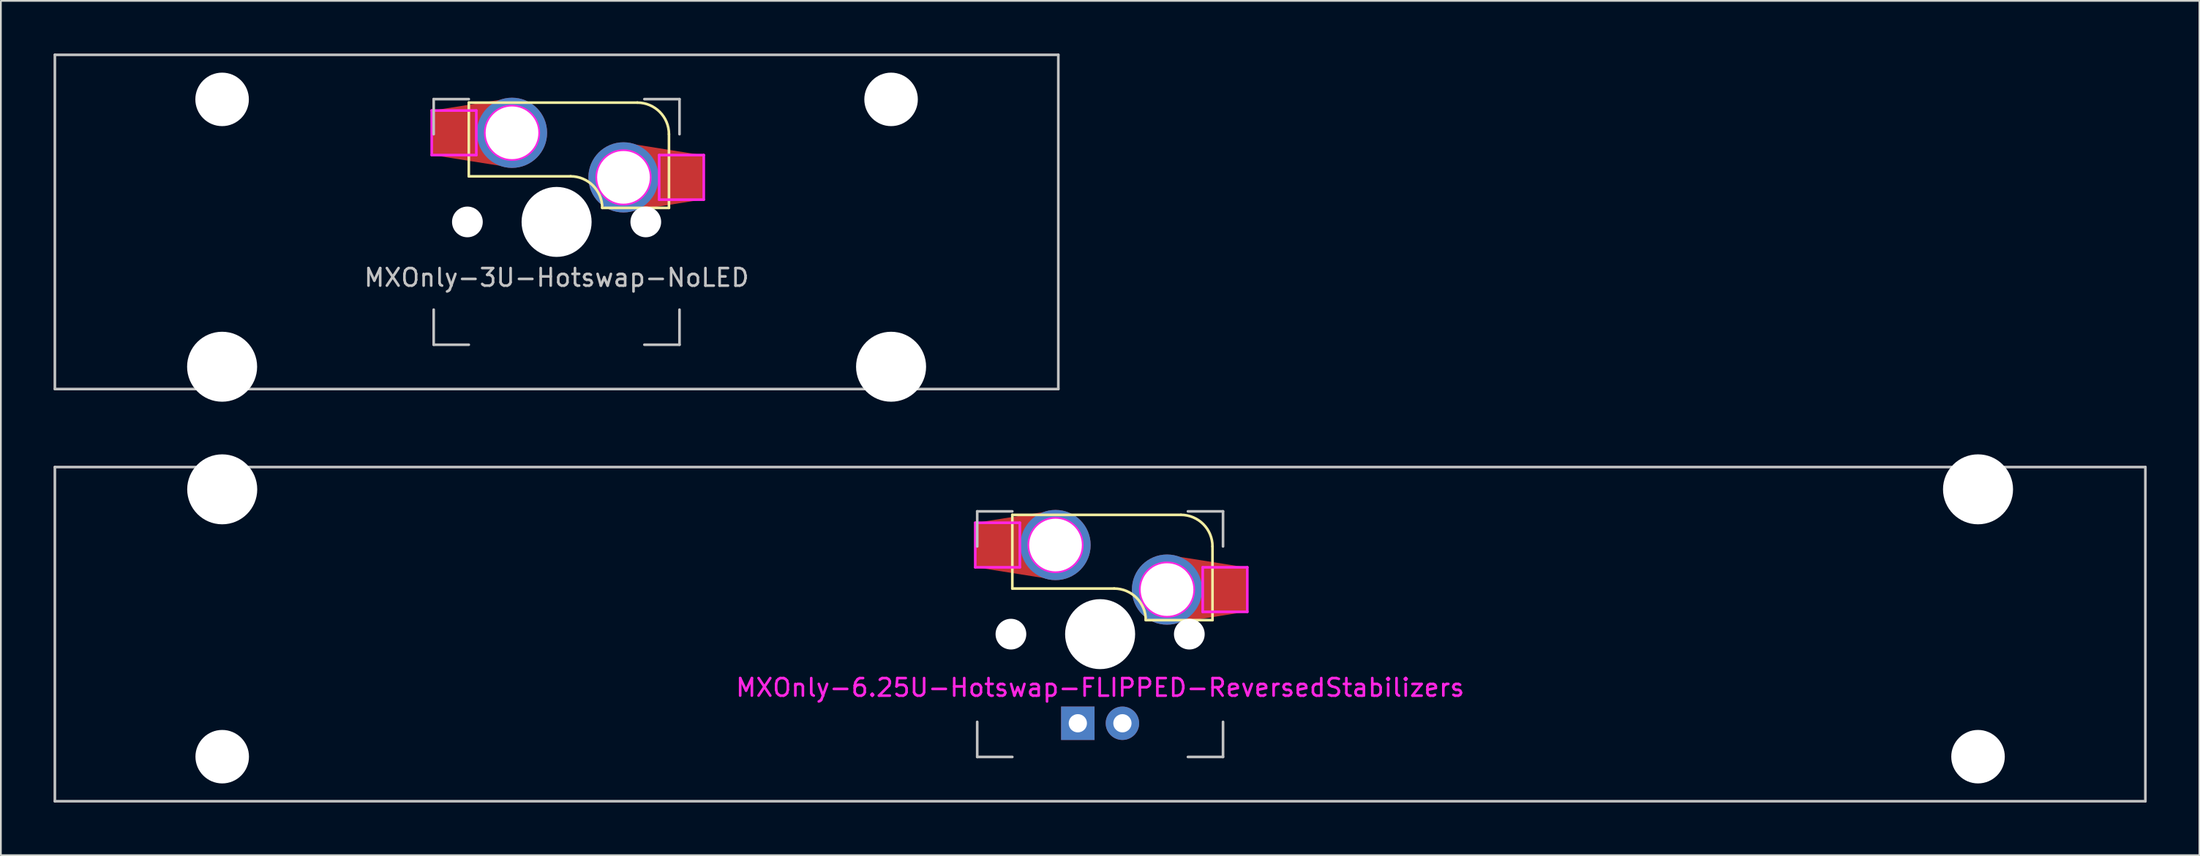
<source format=kicad_pcb>
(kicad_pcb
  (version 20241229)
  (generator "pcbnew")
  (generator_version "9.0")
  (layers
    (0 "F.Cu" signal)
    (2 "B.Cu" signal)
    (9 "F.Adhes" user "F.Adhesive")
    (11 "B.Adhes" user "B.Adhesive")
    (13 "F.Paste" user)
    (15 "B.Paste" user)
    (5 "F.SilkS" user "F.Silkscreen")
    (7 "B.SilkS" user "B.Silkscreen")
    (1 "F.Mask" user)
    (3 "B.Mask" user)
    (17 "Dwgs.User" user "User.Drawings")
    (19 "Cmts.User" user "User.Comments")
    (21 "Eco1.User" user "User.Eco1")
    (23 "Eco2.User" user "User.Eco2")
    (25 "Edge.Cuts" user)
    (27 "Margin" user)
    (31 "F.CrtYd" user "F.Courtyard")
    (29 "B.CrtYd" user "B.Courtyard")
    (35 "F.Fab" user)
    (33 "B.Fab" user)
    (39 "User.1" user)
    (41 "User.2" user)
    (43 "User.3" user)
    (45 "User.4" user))
  (footprint "MXOnly-3U-Hotswap-NoLED"
    (layer "F.Cu")
    (at 28.65 9.6)
    (property "Reference" "MXOnly-3U-Hotswap-NoLED" (at 0 3.175 180) (layer "Dwgs.User") (effects (font (size 1 1) (thickness 0.15))))
    (attr through_hole)
    (fp_line (start -5 -6.8) (end 4.6 -6.8) (stroke (width 0.15) (type solid)) (layer "F.SilkS"))
    (fp_line (start -5 -2.6) (end -5 -6.8) (stroke (width 0.15) (type solid)) (layer "F.SilkS"))
    (fp_line (start 0.8 -2.6) (end -5 -2.6) (stroke (width 0.15) (type solid)) (layer "F.SilkS"))
    (fp_line (start 6.4 -5) (end 6.4 -0.8) (stroke (width 0.15) (type solid)) (layer "F.SilkS"))
    (fp_line (start 6.4 -0.8) (end 2.6 -0.8) (stroke (width 0.15) (type solid)) (layer "F.SilkS"))
    (fp_arc (start 0.8 -2.6) (mid 2.072792 -2.072792) (end 2.6 -0.8) (stroke (width 0.15) (type solid)) (layer "F.SilkS"))
    (fp_arc (start 4.6 -6.8) (mid 5.872792 -6.272792) (end 6.4 -5) (stroke (width 0.15) (type solid)) (layer "F.SilkS"))
    (fp_poly (pts (xy -5.08 -3.493) (xy -7.112 -3.81) (xy -7.112 -6.35) (xy -5.08 -6.668)) (stroke (width 0.1) (type solid)) (fill yes) (layer "F.Paste"))
    (fp_poly (pts (xy 6.477 -4.064) (xy 8.509 -3.747) (xy 8.509 -1.206) (xy 6.477 -0.889)) (stroke (width 0.1) (type solid)) (fill yes) (layer "F.Paste"))
    (fp_line (start -28.575 -9.525) (end 28.575 -9.525) (stroke (width 0.15) (type solid)) (layer "Dwgs.User"))
    (fp_line (start -28.575 9.525) (end -28.575 -9.525) (stroke (width 0.15) (type solid)) (layer "Dwgs.User"))
    (fp_line (start -28.575 9.525) (end 28.575 9.525) (stroke (width 0.15) (type solid)) (layer "Dwgs.User"))
    (fp_line (start -7 -7) (end -7 -5) (stroke (width 0.15) (type solid)) (layer "Dwgs.User"))
    (fp_line (start -7 7) (end -7 5) (stroke (width 0.15) (type solid)) (layer "Dwgs.User"))
    (fp_line (start -5 -7) (end -7 -7) (stroke (width 0.15) (type solid)) (layer "Dwgs.User"))
    (fp_line (start -5 7) (end -7 7) (stroke (width 0.15) (type solid)) (layer "Dwgs.User"))
    (fp_line (start 5 -7) (end 7 -7) (stroke (width 0.15) (type solid)) (layer "Dwgs.User"))
    (fp_line (start 7 -7) (end 7 -5) (stroke (width 0.15) (type solid)) (layer "Dwgs.User"))
    (fp_line (start 7 5) (end 7 7) (stroke (width 0.15) (type solid)) (layer "Dwgs.User"))
    (fp_line (start 7 7) (end 5 7) (stroke (width 0.15) (type solid)) (layer "Dwgs.User"))
    (fp_line (start 28.575 -9.525) (end 28.575 9.525) (stroke (width 0.15) (type solid)) (layer "Dwgs.User"))
    (fp_line (start -7.112 -6.35) (end -7.112 -3.81) (stroke (width 0.15) (type solid)) (layer "F.CrtYd"))
    (fp_line (start -7.112 -3.81) (end -4.572 -3.81) (stroke (width 0.15) (type solid)) (layer "F.CrtYd"))
    (fp_line (start -4.572 -6.35) (end -7.112 -6.35) (stroke (width 0.15) (type solid)) (layer "F.CrtYd"))
    (fp_line (start -4.572 -3.81) (end -4.572 -6.35) (stroke (width 0.15) (type solid)) (layer "F.CrtYd"))
    (fp_line (start 5.842 -3.81) (end 5.842 -1.27) (stroke (width 0.15) (type solid)) (layer "F.CrtYd"))
    (fp_line (start 5.842 -1.27) (end 8.382 -1.27) (stroke (width 0.15) (type solid)) (layer "F.CrtYd"))
    (fp_line (start 8.382 -3.81) (end 5.842 -3.81) (stroke (width 0.15) (type solid)) (layer "F.CrtYd"))
    (fp_line (start 8.382 -1.27) (end 8.382 -3.81) (stroke (width 0.15) (type solid)) (layer "F.CrtYd"))
    (fp_circle (center -2.54 -5.08) (end -2.54 -6.604) (stroke (width 0.15) (type solid)) (fill no) (layer "F.CrtYd"))
    (fp_circle (center 3.81 -2.54) (end 3.81 -4.064) (stroke (width 0.15) (type solid)) (fill no) (layer "F.CrtYd"))
    (pad "" np_thru_hole circle (at -19.05 -6.985) (size 3.048 3.048) (drill 3.048) (layers "*.Cu" "*.Mask"))
    (pad "" np_thru_hole circle (at -19.05 8.255) (size 3.988 3.988) (drill 3.988) (layers "*.Cu" "*.Mask"))
    (pad "" np_thru_hole circle (at -5.08 0 131.9) (size 1.75 1.75) (drill 1.75) (layers "*.Cu" "*.Mask"))
    (pad "" np_thru_hole circle (at 0 0 180) (size 3.988 3.988) (drill 3.988) (layers "*.Cu" "*.Mask"))
    (pad "" np_thru_hole circle (at 5.08 0 131.9) (size 1.75 1.75) (drill 1.75) (layers "*.Cu" "*.Mask"))
    (pad "" np_thru_hole circle (at 19.05 -6.985) (size 3.048 3.048) (drill 3.048) (layers "*.Cu" "*.Mask"))
    (pad "" np_thru_hole circle (at 19.05 8.255) (size 3.988 3.988) (drill 3.988) (layers "*.Cu" "*.Mask"))
    (pad "1" thru_hole circle (at 3.81 -2.54 180) (size 4 4) (drill 3) (layers "*.Cu" "F.Mask"))
    (pad "1" smd custom (at 7.085 -2.54 180) (size 2.55 2.5) (layers "F.Cu" "F.Mask") (options (anchor rect)) (primitives (gr_poly (pts (xy -1.195 1.219) (xy 3.275 1.93) (xy 3.275 -1.93) (xy -1.195 -1.219)) (width 0.1) (fill yes))))
    (pad "2" smd custom (at -5.841 -5.08 180) (size 2.55 2.5) (layers "F.Cu" "F.Mask") (options (anchor rect)) (primitives (gr_poly (pts (xy 1.219 -1.219) (xy -3.251 -1.93) (xy -3.251 1.93) (xy 1.219 1.219)) (width 0.1) (fill yes))))
    (pad "2" thru_hole circle (at -2.54 -5.08 180) (size 4 4) (drill 3) (layers "*.Cu" "F.Mask")))
  (footprint "MXOnly-6.25U-Hotswap-FLIPPED-ReversedStabilizers"
    (layer "F.Cu")
    (at 59.606 33.098)
    (property "Reference" "MXOnly-6.25U-Hotswap-FLIPPED-ReversedStabilizers" (at 0 3.048 180) (layer "F.CrtYd") (effects (font (size 1 1) (thickness 0.15))))
    (attr smd)
    (fp_line (start -5 -6.8) (end 4.6 -6.8) (stroke (width 0.15) (type solid)) (layer "F.SilkS"))
    (fp_line (start -5 -2.6) (end -5 -6.8) (stroke (width 0.15) (type solid)) (layer "F.SilkS"))
    (fp_line (start 0.8 -2.6) (end -5 -2.6) (stroke (width 0.15) (type solid)) (layer "F.SilkS"))
    (fp_line (start 6.4 -5) (end 6.4 -0.8) (stroke (width 0.15) (type solid)) (layer "F.SilkS"))
    (fp_line (start 6.4 -0.8) (end 2.6 -0.8) (stroke (width 0.15) (type solid)) (layer "F.SilkS"))
    (fp_arc (start 0.8 -2.6) (mid 2.072792 -2.072792) (end 2.6 -0.8) (stroke (width 0.15) (type solid)) (layer "F.SilkS"))
    (fp_arc (start 4.6 -6.8) (mid 5.872792 -6.272792) (end 6.4 -5) (stroke (width 0.15) (type solid)) (layer "F.SilkS"))
    (fp_poly (pts (xy -5.08 -3.493) (xy -7.112 -3.81) (xy -7.112 -6.35) (xy -5.08 -6.668)) (stroke (width 0.1) (type solid)) (fill yes) (layer "F.Paste"))
    (fp_poly (pts (xy 6.477 -4.064) (xy 8.509 -3.747) (xy 8.509 -1.206) (xy 6.477 -0.889)) (stroke (width 0.1) (type solid)) (fill yes) (layer "F.Paste"))
    (fp_line (start -59.531 -9.525) (end 59.531 -9.525) (stroke (width 0.15) (type solid)) (layer "Dwgs.User"))
    (fp_line (start -59.531 9.525) (end -59.531 -9.525) (stroke (width 0.15) (type solid)) (layer "Dwgs.User"))
    (fp_line (start -7 -7) (end -7 -5) (stroke (width 0.15) (type solid)) (layer "Dwgs.User"))
    (fp_line (start -7 7) (end -7 5) (stroke (width 0.15) (type solid)) (layer "Dwgs.User"))
    (fp_line (start -5 -7) (end -7 -7) (stroke (width 0.15) (type solid)) (layer "Dwgs.User"))
    (fp_line (start -5 7) (end -7 7) (stroke (width 0.15) (type solid)) (layer "Dwgs.User"))
    (fp_line (start 5 -7) (end 7 -7) (stroke (width 0.15) (type solid)) (layer "Dwgs.User"))
    (fp_line (start 7 -7) (end 7 -5) (stroke (width 0.15) (type solid)) (layer "Dwgs.User"))
    (fp_line (start 7 5) (end 7 7) (stroke (width 0.15) (type solid)) (layer "Dwgs.User"))
    (fp_line (start 7 7) (end 5 7) (stroke (width 0.15) (type solid)) (layer "Dwgs.User"))
    (fp_line (start 59.531 -9.525) (end 59.531 9.525) (stroke (width 0.15) (type solid)) (layer "Dwgs.User"))
    (fp_line (start 59.531 9.525) (end -59.531 9.525) (stroke (width 0.15) (type solid)) (layer "Dwgs.User"))
    (fp_line (start -7.112 -6.35) (end -7.112 -3.81) (stroke (width 0.15) (type solid)) (layer "F.CrtYd"))
    (fp_line (start -7.112 -3.81) (end -4.572 -3.81) (stroke (width 0.15) (type solid)) (layer "F.CrtYd"))
    (fp_line (start -4.572 -6.35) (end -7.112 -6.35) (stroke (width 0.15) (type solid)) (layer "F.CrtYd"))
    (fp_line (start -4.572 -3.81) (end -4.572 -6.35) (stroke (width 0.15) (type solid)) (layer "F.CrtYd"))
    (fp_line (start 5.842 -3.81) (end 5.842 -1.27) (stroke (width 0.15) (type solid)) (layer "F.CrtYd"))
    (fp_line (start 5.842 -1.27) (end 8.382 -1.27) (stroke (width 0.15) (type solid)) (layer "F.CrtYd"))
    (fp_line (start 8.382 -3.81) (end 5.842 -3.81) (stroke (width 0.15) (type solid)) (layer "F.CrtYd"))
    (fp_line (start 8.382 -1.27) (end 8.382 -3.81) (stroke (width 0.15) (type solid)) (layer "F.CrtYd"))
    (fp_circle (center -2.54 -5.08) (end -2.54 -6.604) (stroke (width 0.15) (type solid)) (fill no) (layer "F.CrtYd"))
    (fp_circle (center 3.81 -2.54) (end 3.81 -4.064) (stroke (width 0.15) (type solid)) (fill no) (layer "F.CrtYd"))
    (pad "" np_thru_hole circle (at -50 -8.255) (size 3.988 3.988) (drill 3.988) (layers "*.Cu" "*.Mask"))
    (pad "" np_thru_hole circle (at -50 6.985) (size 3.048 3.048) (drill 3.048) (layers "*.Cu" "*.Mask"))
    (pad "" np_thru_hole circle (at -5.08 0 131.9) (size 1.75 1.75) (drill 1.75) (layers "*.Cu" "*.Mask"))
    (pad "" np_thru_hole circle (at 0 0 180) (size 3.988 3.988) (drill 3.988) (layers "*.Cu" "*.Mask"))
    (pad "" np_thru_hole circle (at 5.08 0 131.9) (size 1.75 1.75) (drill 1.75) (layers "*.Cu" "*.Mask"))
    (pad "" np_thru_hole circle (at 50 -8.255) (size 3.988 3.988) (drill 3.988) (layers "*.Cu" "*.Mask"))
    (pad "" np_thru_hole circle (at 50 6.985) (size 3.048 3.048) (drill 3.048) (layers "*.Cu" "*.Mask"))
    (pad "1" thru_hole circle (at 3.81 -2.54 180) (size 4 4) (drill 3) (layers "*.Cu" "F.Mask"))
    (pad "1" smd custom (at 7.085 -2.54 180) (size 2.55 2.5) (layers "F.Cu" "F.Mask") (options (anchor rect)) (primitives (gr_poly (pts (xy -1.195 1.219) (xy 3.275 1.93) (xy 3.275 -1.93) (xy -1.195 -1.219)) (width 0.1) (fill yes))))
    (pad "2" smd custom (at -5.841 -5.08 180) (size 2.55 2.5) (layers "F.Cu" "F.Mask") (options (anchor rect)) (primitives (gr_poly (pts (xy 1.219 -1.219) (xy -3.251 -1.93) (xy -3.251 1.93) (xy 1.219 1.219)) (width 0.1) (fill yes))))
    (pad "2" thru_hole circle (at -2.54 -5.08 180) (size 4 4) (drill 3) (layers "*.Cu" "F.Mask"))
    (pad "3" thru_hole circle (at 1.27 5.08) (size 1.905 1.905) (drill 1.04) (layers "*.Cu" "B.Mask"))
    (pad "4" thru_hole rect (at -1.27 5.08) (size 1.905 1.905) (drill 1.04) (layers "*.Cu" "B.Mask")))
  (gr_rect
    (start -3 -3)
    (end 122.213 45.698)
    (stroke (width 0.1) (type default))
    (fill no)
    (layer "Edge.Cuts")))
</source>
